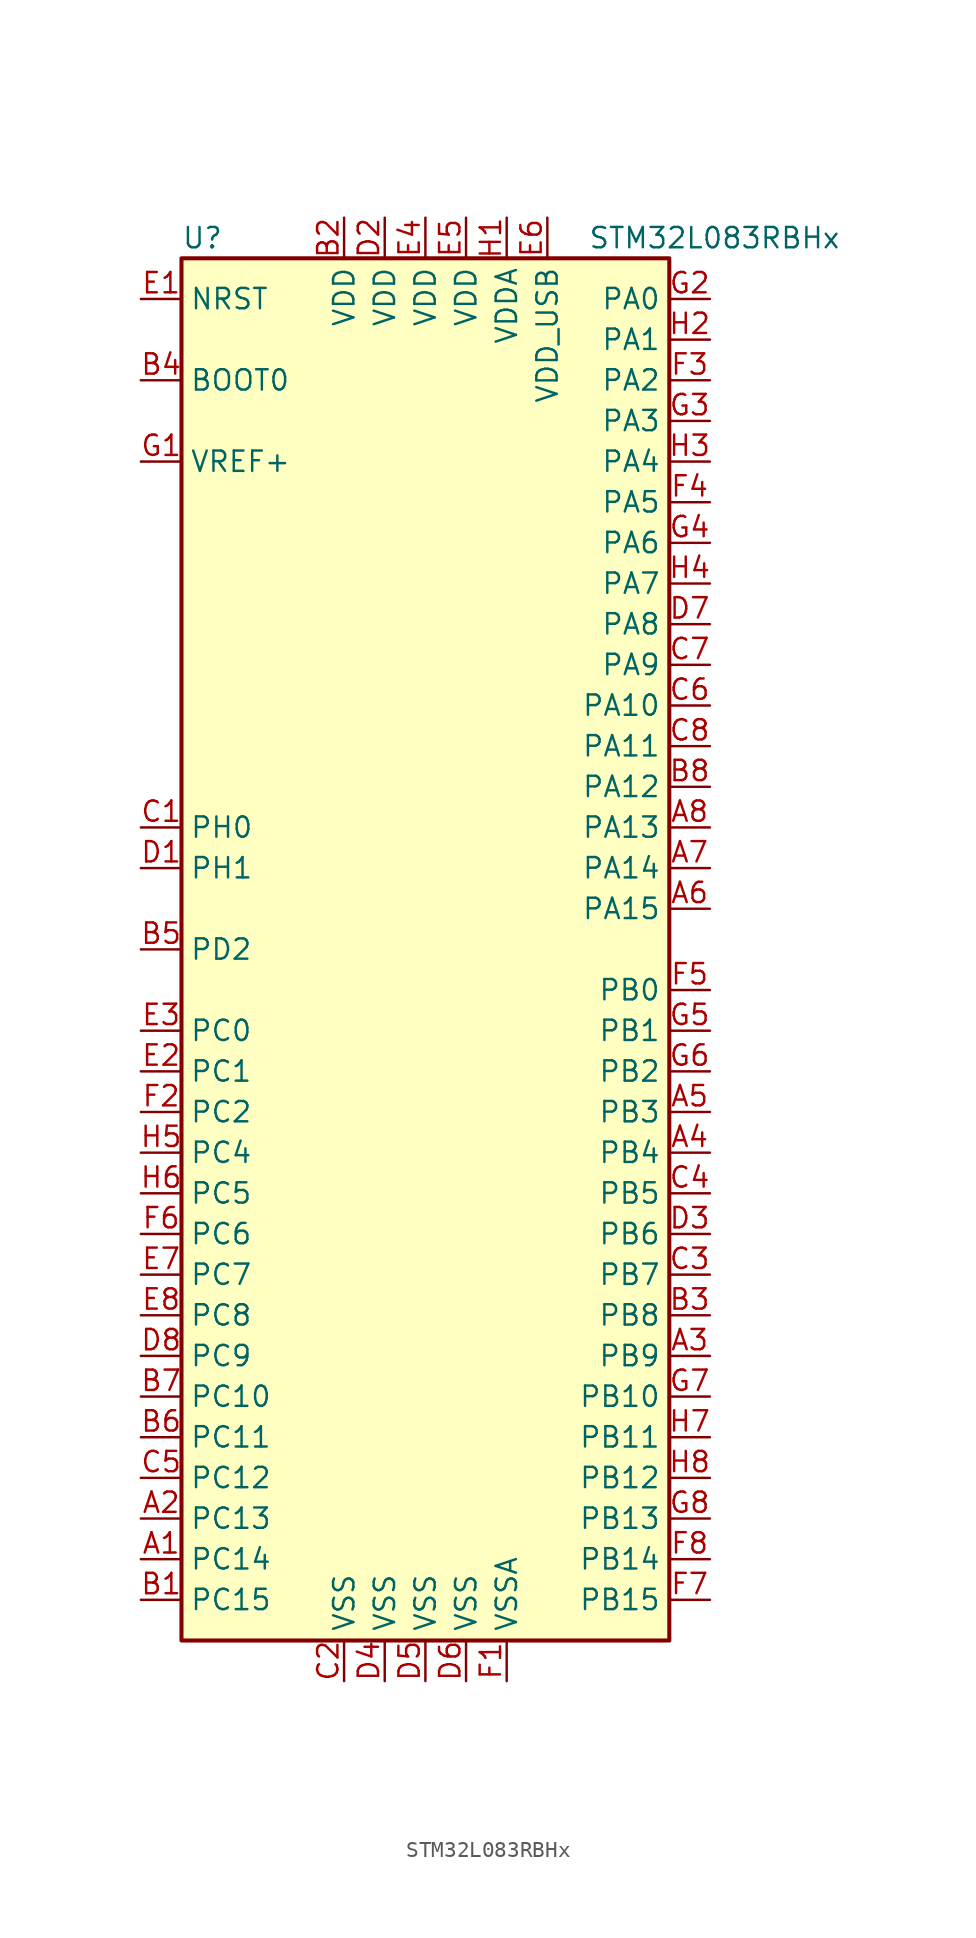
<source format=kicad_sym>
(kicad_symbol_lib
  (version 20201005)
  (generator kicad_symbol_editor)
  (symbol "STM32L083RBHx"
    (property "Reference" "U"
      (at -15.24 44.45 0)
      (effects (font (size 1.27 1.27)) (justify left)))
    (property "Value" "STM32L083RBHx"
      (at 10.16 44.45 0)
      (effects (font (size 1.27 1.27)) (justify left)))
    (symbol "STM32L083RBHx_0_1"
      (rectangle (start -15.24 -43.18) (end 15.24 43.18) (stroke (width 0.254)) (fill (type background))))
    (symbol "STM32L083RBHx_1_1"
      (pin input line (at -17.78 35.56 0) (length 2.54) (name "BOOT0" (effects (font (size 1.27 1.27)))) (number "B4" (effects (font (size 1.27 1.27)))))
      (pin input line (at -17.78 40.64 0) (length 2.54) (name "NRST" (effects (font (size 1.27 1.27)))) (number "E1" (effects (font (size 1.27 1.27)))))
      (pin bidirectional line (at 17.78 40.64 180) (length 2.54) (name "PA0" (effects (font (size 1.27 1.27)))) (number "G2" (effects (font (size 1.27 1.27)))))
      (pin bidirectional line (at 17.78 38.1 180) (length 2.54) (name "PA1" (effects (font (size 1.27 1.27)))) (number "H2" (effects (font (size 1.27 1.27)))))
      (pin bidirectional line (at 17.78 15.24 180) (length 2.54) (name "PA10" (effects (font (size 1.27 1.27)))) (number "C6" (effects (font (size 1.27 1.27)))))
      (pin bidirectional line (at 17.78 12.7 180) (length 2.54) (name "PA11" (effects (font (size 1.27 1.27)))) (number "C8" (effects (font (size 1.27 1.27)))))
      (pin bidirectional line (at 17.78 10.16 180) (length 2.54) (name "PA12" (effects (font (size 1.27 1.27)))) (number "B8" (effects (font (size 1.27 1.27)))))
      (pin bidirectional line (at 17.78 7.62 180) (length 2.54) (name "PA13" (effects (font (size 1.27 1.27)))) (number "A8" (effects (font (size 1.27 1.27)))))
      (pin bidirectional line (at 17.78 5.08 180) (length 2.54) (name "PA14" (effects (font (size 1.27 1.27)))) (number "A7" (effects (font (size 1.27 1.27)))))
      (pin bidirectional line (at 17.78 2.54 180) (length 2.54) (name "PA15" (effects (font (size 1.27 1.27)))) (number "A6" (effects (font (size 1.27 1.27)))))
      (pin bidirectional line (at 17.78 35.56 180) (length 2.54) (name "PA2" (effects (font (size 1.27 1.27)))) (number "F3" (effects (font (size 1.27 1.27)))))
      (pin bidirectional line (at 17.78 33.02 180) (length 2.54) (name "PA3" (effects (font (size 1.27 1.27)))) (number "G3" (effects (font (size 1.27 1.27)))))
      (pin bidirectional line (at 17.78 30.48 180) (length 2.54) (name "PA4" (effects (font (size 1.27 1.27)))) (number "H3" (effects (font (size 1.27 1.27)))))
      (pin bidirectional line (at 17.78 27.94 180) (length 2.54) (name "PA5" (effects (font (size 1.27 1.27)))) (number "F4" (effects (font (size 1.27 1.27)))))
      (pin bidirectional line (at 17.78 25.4 180) (length 2.54) (name "PA6" (effects (font (size 1.27 1.27)))) (number "G4" (effects (font (size 1.27 1.27)))))
      (pin bidirectional line (at 17.78 22.86 180) (length 2.54) (name "PA7" (effects (font (size 1.27 1.27)))) (number "H4" (effects (font (size 1.27 1.27)))))
      (pin bidirectional line (at 17.78 20.32 180) (length 2.54) (name "PA8" (effects (font (size 1.27 1.27)))) (number "D7" (effects (font (size 1.27 1.27)))))
      (pin bidirectional line (at 17.78 17.78 180) (length 2.54) (name "PA9" (effects (font (size 1.27 1.27)))) (number "C7" (effects (font (size 1.27 1.27)))))
      (pin bidirectional line (at 17.78 -2.54 180) (length 2.54) (name "PB0" (effects (font (size 1.27 1.27)))) (number "F5" (effects (font (size 1.27 1.27)))))
      (pin bidirectional line (at 17.78 -5.08 180) (length 2.54) (name "PB1" (effects (font (size 1.27 1.27)))) (number "G5" (effects (font (size 1.27 1.27)))))
      (pin bidirectional line (at 17.78 -27.94 180) (length 2.54) (name "PB10" (effects (font (size 1.27 1.27)))) (number "G7" (effects (font (size 1.27 1.27)))))
      (pin bidirectional line (at 17.78 -30.48 180) (length 2.54) (name "PB11" (effects (font (size 1.27 1.27)))) (number "H7" (effects (font (size 1.27 1.27)))))
      (pin bidirectional line (at 17.78 -33.02 180) (length 2.54) (name "PB12" (effects (font (size 1.27 1.27)))) (number "H8" (effects (font (size 1.27 1.27)))))
      (pin bidirectional line (at 17.78 -35.56 180) (length 2.54) (name "PB13" (effects (font (size 1.27 1.27)))) (number "G8" (effects (font (size 1.27 1.27)))))
      (pin bidirectional line (at 17.78 -38.1 180) (length 2.54) (name "PB14" (effects (font (size 1.27 1.27)))) (number "F8" (effects (font (size 1.27 1.27)))))
      (pin bidirectional line (at 17.78 -40.64 180) (length 2.54) (name "PB15" (effects (font (size 1.27 1.27)))) (number "F7" (effects (font (size 1.27 1.27)))))
      (pin bidirectional line (at 17.78 -7.62 180) (length 2.54) (name "PB2" (effects (font (size 1.27 1.27)))) (number "G6" (effects (font (size 1.27 1.27)))))
      (pin bidirectional line (at 17.78 -10.16 180) (length 2.54) (name "PB3" (effects (font (size 1.27 1.27)))) (number "A5" (effects (font (size 1.27 1.27)))))
      (pin bidirectional line (at 17.78 -12.7 180) (length 2.54) (name "PB4" (effects (font (size 1.27 1.27)))) (number "A4" (effects (font (size 1.27 1.27)))))
      (pin bidirectional line (at 17.78 -15.24 180) (length 2.54) (name "PB5" (effects (font (size 1.27 1.27)))) (number "C4" (effects (font (size 1.27 1.27)))))
      (pin bidirectional line (at 17.78 -17.78 180) (length 2.54) (name "PB6" (effects (font (size 1.27 1.27)))) (number "D3" (effects (font (size 1.27 1.27)))))
      (pin bidirectional line (at 17.78 -20.32 180) (length 2.54) (name "PB7" (effects (font (size 1.27 1.27)))) (number "C3" (effects (font (size 1.27 1.27)))))
      (pin bidirectional line (at 17.78 -22.86 180) (length 2.54) (name "PB8" (effects (font (size 1.27 1.27)))) (number "B3" (effects (font (size 1.27 1.27)))))
      (pin bidirectional line (at 17.78 -25.4 180) (length 2.54) (name "PB9" (effects (font (size 1.27 1.27)))) (number "A3" (effects (font (size 1.27 1.27)))))
      (pin bidirectional line (at -17.78 -5.08 0) (length 2.54) (name "PC0" (effects (font (size 1.27 1.27)))) (number "E3" (effects (font (size 1.27 1.27)))))
      (pin bidirectional line (at -17.78 -7.62 0) (length 2.54) (name "PC1" (effects (font (size 1.27 1.27)))) (number "E2" (effects (font (size 1.27 1.27)))))
      (pin bidirectional line (at -17.78 -27.94 0) (length 2.54) (name "PC10" (effects (font (size 1.27 1.27)))) (number "B7" (effects (font (size 1.27 1.27)))))
      (pin bidirectional line (at -17.78 -30.48 0) (length 2.54) (name "PC11" (effects (font (size 1.27 1.27)))) (number "B6" (effects (font (size 1.27 1.27)))))
      (pin bidirectional line (at -17.78 -33.02 0) (length 2.54) (name "PC12" (effects (font (size 1.27 1.27)))) (number "C5" (effects (font (size 1.27 1.27)))))
      (pin bidirectional line (at -17.78 -35.56 0) (length 2.54) (name "PC13" (effects (font (size 1.27 1.27)))) (number "A2" (effects (font (size 1.27 1.27)))))
      (pin bidirectional line (at -17.78 -38.1 0) (length 2.54) (name "PC14" (effects (font (size 1.27 1.27)))) (number "A1" (effects (font (size 1.27 1.27)))))
      (pin bidirectional line (at -17.78 -40.64 0) (length 2.54) (name "PC15" (effects (font (size 1.27 1.27)))) (number "B1" (effects (font (size 1.27 1.27)))))
      (pin bidirectional line (at -17.78 -10.16 0) (length 2.54) (name "PC2" (effects (font (size 1.27 1.27)))) (number "F2" (effects (font (size 1.27 1.27)))))
      (pin bidirectional line (at -17.78 -12.7 0) (length 2.54) (name "PC4" (effects (font (size 1.27 1.27)))) (number "H5" (effects (font (size 1.27 1.27)))))
      (pin bidirectional line (at -17.78 -15.24 0) (length 2.54) (name "PC5" (effects (font (size 1.27 1.27)))) (number "H6" (effects (font (size 1.27 1.27)))))
      (pin bidirectional line (at -17.78 -17.78 0) (length 2.54) (name "PC6" (effects (font (size 1.27 1.27)))) (number "F6" (effects (font (size 1.27 1.27)))))
      (pin bidirectional line (at -17.78 -20.32 0) (length 2.54) (name "PC7" (effects (font (size 1.27 1.27)))) (number "E7" (effects (font (size 1.27 1.27)))))
      (pin bidirectional line (at -17.78 -22.86 0) (length 2.54) (name "PC8" (effects (font (size 1.27 1.27)))) (number "E8" (effects (font (size 1.27 1.27)))))
      (pin bidirectional line (at -17.78 -25.4 0) (length 2.54) (name "PC9" (effects (font (size 1.27 1.27)))) (number "D8" (effects (font (size 1.27 1.27)))))
      (pin bidirectional line (at -17.78 0 0) (length 2.54) (name "PD2" (effects (font (size 1.27 1.27)))) (number "B5" (effects (font (size 1.27 1.27)))))
      (pin input line (at -17.78 7.62 0) (length 2.54) (name "PH0" (effects (font (size 1.27 1.27)))) (number "C1" (effects (font (size 1.27 1.27)))))
      (pin input line (at -17.78 5.08 0) (length 2.54) (name "PH1" (effects (font (size 1.27 1.27)))) (number "D1" (effects (font (size 1.27 1.27)))))
      (pin power_in line (at -5.08 45.72 270) (length 2.54) (name "VDD" (effects (font (size 1.27 1.27)))) (number "B2" (effects (font (size 1.27 1.27)))))
      (pin power_in line (at -2.54 45.72 270) (length 2.54) (name "VDD" (effects (font (size 1.27 1.27)))) (number "D2" (effects (font (size 1.27 1.27)))))
      (pin power_in line (at 0 45.72 270) (length 2.54) (name "VDD" (effects (font (size 1.27 1.27)))) (number "E4" (effects (font (size 1.27 1.27)))))
      (pin power_in line (at 2.54 45.72 270) (length 2.54) (name "VDD" (effects (font (size 1.27 1.27)))) (number "E5" (effects (font (size 1.27 1.27)))))
      (pin power_in line (at 5.08 45.72 270) (length 2.54) (name "VDDA" (effects (font (size 1.27 1.27)))) (number "H1" (effects (font (size 1.27 1.27)))))
      (pin power_in line (at 7.62 45.72 270) (length 2.54) (name "VDD_USB" (effects (font (size 1.27 1.27)))) (number "E6" (effects (font (size 1.27 1.27)))))
      (pin power_in line (at -17.78 30.48 0) (length 2.54) (name "VREF+" (effects (font (size 1.27 1.27)))) (number "G1" (effects (font (size 1.27 1.27)))))
      (pin power_in line (at -5.08 -45.72 90) (length 2.54) (name "VSS" (effects (font (size 1.27 1.27)))) (number "C2" (effects (font (size 1.27 1.27)))))
      (pin power_in line (at -2.54 -45.72 90) (length 2.54) (name "VSS" (effects (font (size 1.27 1.27)))) (number "D4" (effects (font (size 1.27 1.27)))))
      (pin power_in line (at 0 -45.72 90) (length 2.54) (name "VSS" (effects (font (size 1.27 1.27)))) (number "D5" (effects (font (size 1.27 1.27)))))
      (pin power_in line (at 2.54 -45.72 90) (length 2.54) (name "VSS" (effects (font (size 1.27 1.27)))) (number "D6" (effects (font (size 1.27 1.27)))))
      (pin power_in line (at 5.08 -45.72 90) (length 2.54) (name "VSSA" (effects (font (size 1.27 1.27)))) (number "F1" (effects (font (size 1.27 1.27))))))))
</source>
